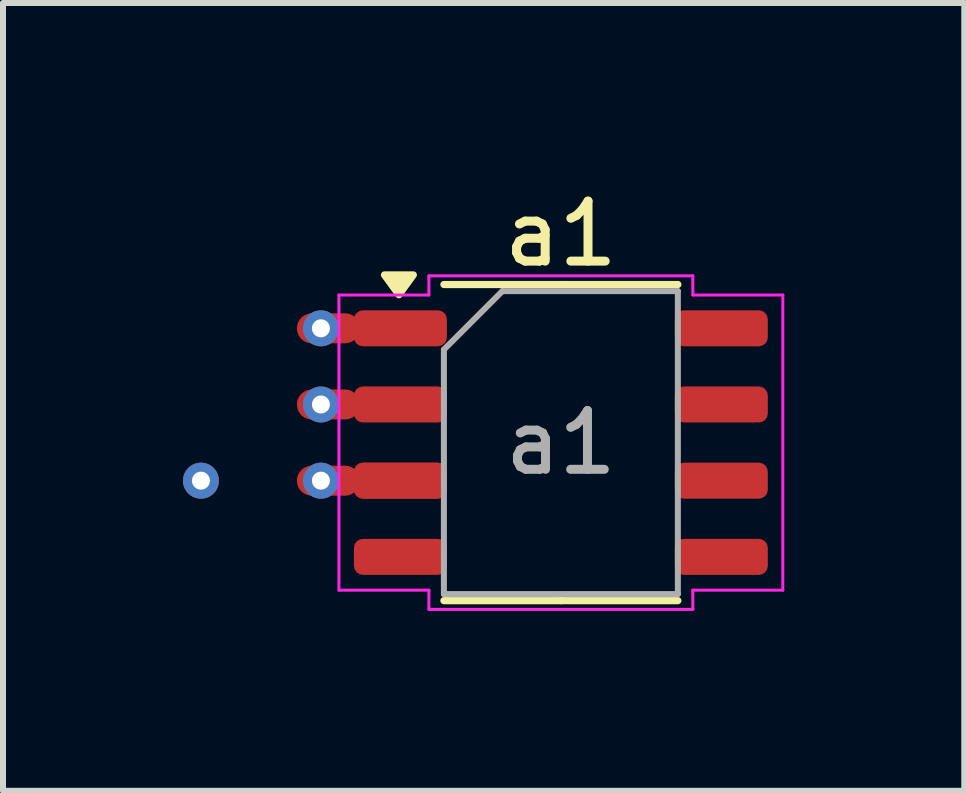
<source format=kicad_pcb>
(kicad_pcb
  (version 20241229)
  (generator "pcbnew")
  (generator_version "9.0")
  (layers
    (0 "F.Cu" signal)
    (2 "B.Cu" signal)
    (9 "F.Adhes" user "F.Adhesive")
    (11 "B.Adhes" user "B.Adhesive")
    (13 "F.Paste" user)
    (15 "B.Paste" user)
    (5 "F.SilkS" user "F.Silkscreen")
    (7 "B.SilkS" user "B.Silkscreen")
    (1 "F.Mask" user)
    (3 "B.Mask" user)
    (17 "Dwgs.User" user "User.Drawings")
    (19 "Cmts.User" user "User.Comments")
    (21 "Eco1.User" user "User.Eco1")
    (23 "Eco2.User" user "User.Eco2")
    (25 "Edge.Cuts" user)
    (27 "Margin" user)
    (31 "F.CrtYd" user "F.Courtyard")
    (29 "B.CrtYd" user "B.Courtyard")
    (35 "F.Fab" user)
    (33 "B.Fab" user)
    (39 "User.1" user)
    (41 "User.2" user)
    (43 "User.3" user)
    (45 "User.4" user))
  (footprint "a1"
    (layer "F.Cu")
    (at 6.3 4.328)
    (property "Reference" "a1" (at 0 -3.48 0) (layer "F.SilkS") (effects (font (size 1 1) (thickness 0.15))))
    (attr smd)
    (fp_line (start -4.15 -1.905) (end -3.6 -1.905) (stroke (width 0.5) (type solid)) (layer "F.Cu"))
    (fp_line (start -4.15 -0.635) (end -3.6 -0.635) (stroke (width 0.5) (type solid)) (layer "F.Cu"))
    (fp_line (start -4.15 0.635) (end -3.6 0.635) (stroke (width 0.5) (type solid)) (layer "F.Cu"))
    (fp_line (start 0 -2.635) (end -1.95 -2.635) (stroke (width 0.12) (type solid)) (layer "F.SilkS"))
    (fp_line (start 0 -2.635) (end 1.95 -2.635) (stroke (width 0.12) (type solid)) (layer "F.SilkS"))
    (fp_line (start 0 2.635) (end -1.95 2.635) (stroke (width 0.12) (type solid)) (layer "F.SilkS"))
    (fp_line (start 0 2.635) (end 1.95 2.635) (stroke (width 0.12) (type solid)) (layer "F.SilkS"))
    (fp_poly (pts (xy -2.7 -2.465) (xy -2.94 -2.795) (xy -2.46 -2.795)) (stroke (width 0.12) (type solid)) (fill yes) (layer "F.SilkS"))
    (fp_line (start -3.7 -2.46) (end -2.2 -2.46) (stroke (width 0.05) (type solid)) (layer "F.CrtYd"))
    (fp_line (start -3.7 2.46) (end -3.7 -2.46) (stroke (width 0.05) (type solid)) (layer "F.CrtYd"))
    (fp_line (start -2.2 -2.78) (end 2.2 -2.78) (stroke (width 0.05) (type solid)) (layer "F.CrtYd"))
    (fp_line (start -2.2 -2.46) (end -2.2 -2.78) (stroke (width 0.05) (type solid)) (layer "F.CrtYd"))
    (fp_line (start -2.2 2.46) (end -3.7 2.46) (stroke (width 0.05) (type solid)) (layer "F.CrtYd"))
    (fp_line (start -2.2 2.78) (end -2.2 2.46) (stroke (width 0.05) (type solid)) (layer "F.CrtYd"))
    (fp_line (start 2.2 -2.78) (end 2.2 -2.46) (stroke (width 0.05) (type solid)) (layer "F.CrtYd"))
    (fp_line (start 2.2 -2.46) (end 3.7 -2.46) (stroke (width 0.05) (type solid)) (layer "F.CrtYd"))
    (fp_line (start 2.2 2.46) (end 2.2 2.78) (stroke (width 0.05) (type solid)) (layer "F.CrtYd"))
    (fp_line (start 2.2 2.78) (end -2.2 2.78) (stroke (width 0.05) (type solid)) (layer "F.CrtYd"))
    (fp_line (start 3.7 -2.46) (end 3.7 2.46) (stroke (width 0.05) (type solid)) (layer "F.CrtYd"))
    (fp_line (start 3.7 2.46) (end 2.2 2.46) (stroke (width 0.05) (type solid)) (layer "F.CrtYd"))
    (fp_line (start -1.95 -1.55) (end -0.975 -2.525) (stroke (width 0.1) (type solid)) (layer "F.Fab"))
    (fp_line (start -1.95 2.525) (end -1.95 -1.55) (stroke (width 0.1) (type solid)) (layer "F.Fab"))
    (fp_line (start -0.975 -2.525) (end 1.95 -2.525) (stroke (width 0.1) (type solid)) (layer "F.Fab"))
    (fp_line (start 1.95 -2.525) (end 1.95 2.525) (stroke (width 0.1) (type solid)) (layer "F.Fab"))
    (fp_line (start 1.95 2.525) (end -1.95 2.525) (stroke (width 0.1) (type solid)) (layer "F.Fab"))
    (fp_text user "${REFERENCE}" (at 0 0 0) (layer "F.Fab") (effects (font (size 0.98 0.98) (thickness 0.15))))
    (pad "1" smd roundrect (at -2.675 -1.905) (size 1.55 0.6) (layers "F.Cu" "F.Mask" "F.Paste") (roundrect_rratio 0.25))
    (pad "2" smd roundrect (at -2.675 -0.635) (size 1.55 0.6) (layers "F.Cu" "F.Mask" "F.Paste") (roundrect_rratio 0.25))
    (pad "3" smd roundrect (at -2.675 0.635) (size 1.55 0.6) (layers "F.Cu" "F.Mask" "F.Paste") (roundrect_rratio 0.25))
    (pad "3" smd roundrect (at -2.675 0.635) (size 1.55 0.6) (layers "F.Cu" "F.Mask" "F.Paste") (roundrect_rratio 0.25))
    (pad "4" smd roundrect (at -2.675 1.905) (size 1.55 0.6) (layers "F.Cu" "F.Mask" "F.Paste") (roundrect_rratio 0.25))
    (pad "5" smd roundrect (at 2.675 1.905) (size 1.55 0.6) (layers "F.Cu" "F.Mask" "F.Paste") (roundrect_rratio 0.25))
    (pad "6" smd roundrect (at 2.675 0.635) (size 1.55 0.6) (layers "F.Cu" "F.Mask" "F.Paste") (roundrect_rratio 0.25))
    (pad "7" smd roundrect (at 2.675 -0.635) (size 1.55 0.6) (layers "F.Cu" "F.Mask" "F.Paste") (roundrect_rratio 0.25))
    (pad "8" smd roundrect (at 2.675 -1.905) (size 1.55 0.6) (layers "F.Cu" "F.Mask" "F.Paste") (roundrect_rratio 0.25))
    (pad "9" thru_hole circle (at -4 -1.905) (size 0.6 0.6) (drill 0.3) (layers "*.Cu"))
    (pad "10" thru_hole circle (at -4 -0.635) (size 0.6 0.6) (drill 0.3) (layers "*.Cu"))
    (pad "12" thru_hole circle (at -4 0.635) (size 0.6 0.6) (drill 0.3) (layers "*.Cu" "*.Mask"))
    (pad "13" thru_hole circle (at -6 0.635) (size 0.6 0.6) (drill 0.3) (layers "*.Cu" "*.Mask")))
  (gr_rect
    (start -3 -3)
    (end 13.025 10.133)
    (stroke (width 0.1) (type default))
    (fill no)
    (layer "Edge.Cuts")))
</source>
